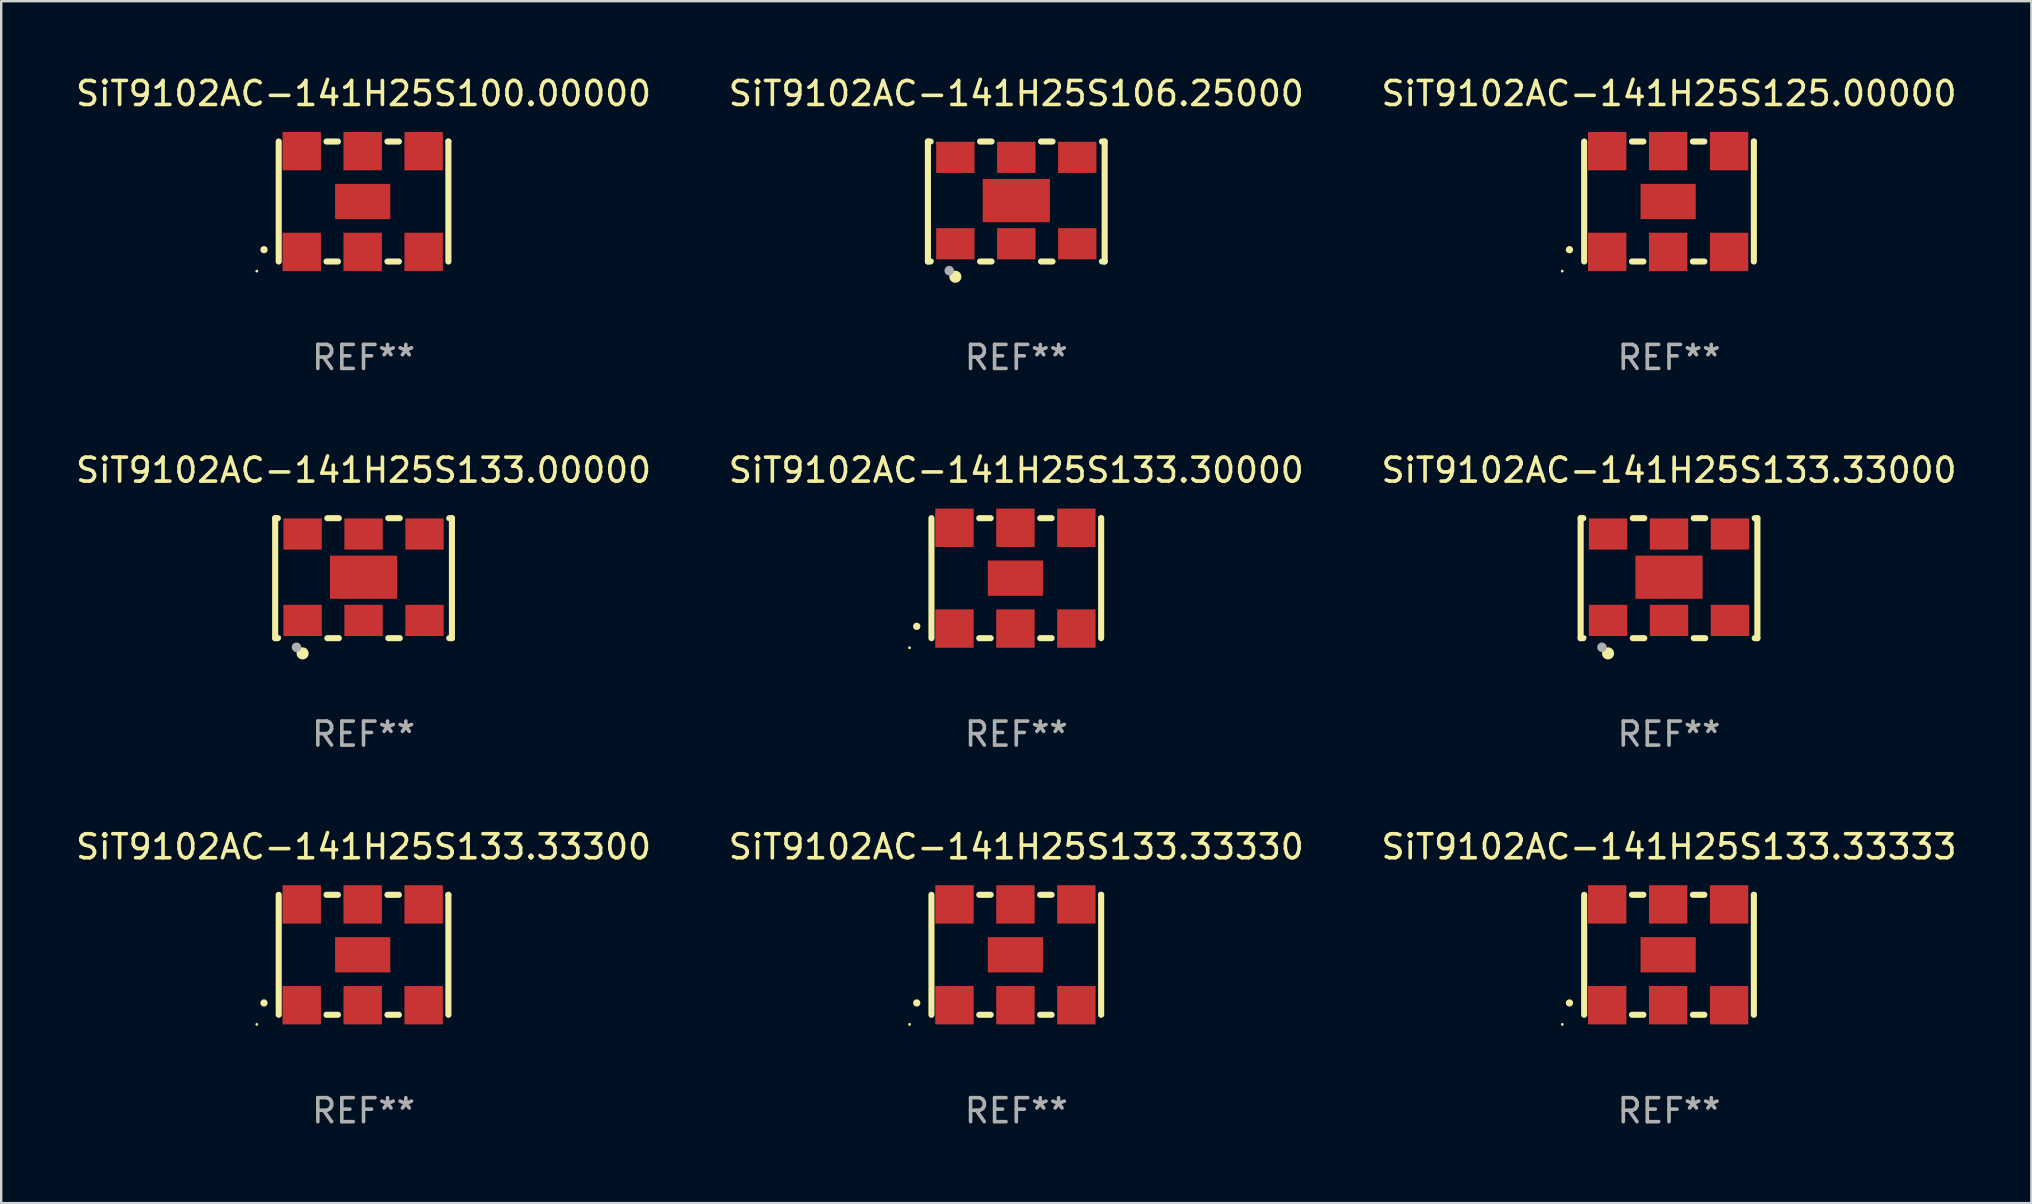
<source format=kicad_pcb>
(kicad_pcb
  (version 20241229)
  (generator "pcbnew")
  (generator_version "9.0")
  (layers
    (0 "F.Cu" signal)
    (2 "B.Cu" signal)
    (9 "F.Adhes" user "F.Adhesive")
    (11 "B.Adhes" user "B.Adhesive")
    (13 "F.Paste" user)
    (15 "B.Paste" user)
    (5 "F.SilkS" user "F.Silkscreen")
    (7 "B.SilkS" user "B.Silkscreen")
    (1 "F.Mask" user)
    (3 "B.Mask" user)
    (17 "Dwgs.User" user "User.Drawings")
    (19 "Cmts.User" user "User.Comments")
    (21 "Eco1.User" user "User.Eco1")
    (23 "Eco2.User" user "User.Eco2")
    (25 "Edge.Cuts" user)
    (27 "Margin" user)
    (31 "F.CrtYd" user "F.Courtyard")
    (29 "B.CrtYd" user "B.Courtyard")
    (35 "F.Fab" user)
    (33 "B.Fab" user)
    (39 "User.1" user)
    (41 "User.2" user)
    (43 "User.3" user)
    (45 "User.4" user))
  (footprint "SiT9102AC-141H25S133.30000"
    (layer "F.Cu")
    (at 39.304 21.045)
    (property "Reference" "SiT9102AC-141H25S133.30000" (at 0 -4.5 0) (layer "F.SilkS") (effects (font (size 1 1) (thickness 0.15))))
    (attr through_hole)
    (fp_line (start -3.536 -2.5) (end -3.536 2.5) (stroke (width 0.254) (type solid)) (layer "F.SilkS"))
    (fp_line (start -1.544 2.5) (end -1.067 2.5) (stroke (width 0.254) (type solid)) (layer "F.SilkS"))
    (fp_line (start -1.067 -2.5) (end -1.544 -2.5) (stroke (width 0.254) (type solid)) (layer "F.SilkS"))
    (fp_line (start 0.996 2.5) (end 1.473 2.5) (stroke (width 0.254) (type solid)) (layer "F.SilkS"))
    (fp_line (start 1.473 -2.5) (end 0.996 -2.5) (stroke (width 0.254) (type solid)) (layer "F.SilkS"))
    (fp_line (start 3.536 -2.5) (end 3.536 -2.5) (stroke (width 0.254) (type solid)) (layer "F.SilkS"))
    (fp_line (start 3.536 2.5) (end 3.536 -2.5) (stroke (width 0.254) (type solid)) (layer "F.SilkS"))
    (fp_arc (start -4.150432 2.006604) (mid -4.149162 2.006599) (end -4.147892 2.006604) (stroke (width 0.3) (type solid)) (layer "F.SilkS"))
    (fp_circle (center -4.449 2.9) (end -4.419 2.9) (stroke (width 0.06) (type solid)) (fill no) (layer "F.SilkS"))
    (fp_text user "REF**" (at 0 6.5 0) (layer "F.Fab") (effects (font (size 1 1) (thickness 0.15))))
    (pad "1" smd rect (at -2.576 2.1) (size 1.6 1.6) (layers "F.Cu" "F.Mask" "F.Paste"))
    (pad "2" smd rect (at -0.036 2.1) (size 1.6 1.6) (layers "F.Cu" "F.Mask" "F.Paste"))
    (pad "3" smd rect (at 2.504 2.1) (size 1.6 1.6) (layers "F.Cu" "F.Mask" "F.Paste"))
    (pad "4" smd rect (at 2.504 -2.1) (size 1.6 1.6) (layers "F.Cu" "F.Mask" "F.Paste"))
    (pad "5" smd rect (at -0.036 -2.1) (size 1.6 1.6) (layers "F.Cu" "F.Mask" "F.Paste"))
    (pad "6" smd rect (at -2.576 -2.1) (size 1.6 1.6) (layers "F.Cu" "F.Mask" "F.Paste"))
    (pad "7" smd rect (at -0.036 0) (size 2.3 1.47) (layers "F.Cu" "F.Mask" "F.Paste")))
  (footprint "SiT9102AC-141H25S125.00000"
    (layer "F.Cu")
    (at 66.506 5.348)
    (property "Reference" "SiT9102AC-141H25S125.00000" (at 0 -4.5 0) (layer "F.SilkS") (effects (font (size 1 1) (thickness 0.15))))
    (attr through_hole)
    (fp_line (start -3.536 -2.5) (end -3.536 2.5) (stroke (width 0.254) (type solid)) (layer "F.SilkS"))
    (fp_line (start -1.544 2.5) (end -1.067 2.5) (stroke (width 0.254) (type solid)) (layer "F.SilkS"))
    (fp_line (start -1.067 -2.5) (end -1.544 -2.5) (stroke (width 0.254) (type solid)) (layer "F.SilkS"))
    (fp_line (start 0.996 2.5) (end 1.473 2.5) (stroke (width 0.254) (type solid)) (layer "F.SilkS"))
    (fp_line (start 1.473 -2.5) (end 0.996 -2.5) (stroke (width 0.254) (type solid)) (layer "F.SilkS"))
    (fp_line (start 3.536 -2.5) (end 3.536 -2.5) (stroke (width 0.254) (type solid)) (layer "F.SilkS"))
    (fp_line (start 3.536 2.5) (end 3.536 -2.5) (stroke (width 0.254) (type solid)) (layer "F.SilkS"))
    (fp_arc (start -4.150432 2.006604) (mid -4.149162 2.006599) (end -4.147892 2.006604) (stroke (width 0.3) (type solid)) (layer "F.SilkS"))
    (fp_circle (center -4.449 2.9) (end -4.419 2.9) (stroke (width 0.06) (type solid)) (fill no) (layer "F.SilkS"))
    (fp_text user "REF**" (at 0 6.5 0) (layer "F.Fab") (effects (font (size 1 1) (thickness 0.15))))
    (pad "1" smd rect (at -2.576 2.1) (size 1.6 1.6) (layers "F.Cu" "F.Mask" "F.Paste"))
    (pad "2" smd rect (at -0.036 2.1) (size 1.6 1.6) (layers "F.Cu" "F.Mask" "F.Paste"))
    (pad "3" smd rect (at 2.504 2.1) (size 1.6 1.6) (layers "F.Cu" "F.Mask" "F.Paste"))
    (pad "4" smd rect (at 2.504 -2.1) (size 1.6 1.6) (layers "F.Cu" "F.Mask" "F.Paste"))
    (pad "5" smd rect (at -0.036 -2.1) (size 1.6 1.6) (layers "F.Cu" "F.Mask" "F.Paste"))
    (pad "6" smd rect (at -2.576 -2.1) (size 1.6 1.6) (layers "F.Cu" "F.Mask" "F.Paste"))
    (pad "7" smd rect (at -0.036 0) (size 2.3 1.47) (layers "F.Cu" "F.Mask" "F.Paste")))
  (footprint "SiT9102AC-141H25S133.33000"
    (layer "F.Cu")
    (at 66.506 21.045)
    (property "Reference" "SiT9102AC-141H25S133.33000" (at 0 -4.5 0) (layer "F.SilkS") (effects (font (size 1 1) (thickness 0.15))))
    (attr through_hole)
    (fp_line (start -3.683 -2.5) (end -3.571 -2.5) (stroke (width 0.254) (type solid)) (layer "F.SilkS"))
    (fp_line (start -3.683 2.5) (end -3.683 -2.5) (stroke (width 0.254) (type solid)) (layer "F.SilkS"))
    (fp_line (start -3.683 2.5) (end -3.571 2.5) (stroke (width 0.254) (type solid)) (layer "F.SilkS"))
    (fp_line (start -1.509 -2.5) (end -1.031 -2.5) (stroke (width 0.254) (type solid)) (layer "F.SilkS"))
    (fp_line (start -1.509 2.5) (end -1.031 2.5) (stroke (width 0.254) (type solid)) (layer "F.SilkS"))
    (fp_line (start 1.031 -2.5) (end 1.509 -2.5) (stroke (width 0.254) (type solid)) (layer "F.SilkS"))
    (fp_line (start 1.031 2.5) (end 1.509 2.5) (stroke (width 0.254) (type solid)) (layer "F.SilkS"))
    (fp_line (start 3.571 -2.5) (end 3.683 -2.5) (stroke (width 0.254) (type solid)) (layer "F.SilkS"))
    (fp_line (start 3.571 2.5) (end 3.683 2.5) (stroke (width 0.254) (type solid)) (layer "F.SilkS"))
    (fp_line (start 3.683 2.5) (end 3.683 -2.5) (stroke (width 0.254) (type solid)) (layer "F.SilkS"))
    (fp_circle (center -3.5 2.46) (end -3.47 2.46) (stroke (width 0.06) (type solid)) (fill no) (layer "F.SilkS"))
    (fp_circle (center -2.54 3.135) (end -2.413 3.135) (stroke (width 0.254) (type solid)) (fill no) (layer "F.SilkS"))
    (fp_circle (center -2.794 2.881) (end -2.694 2.881) (stroke (width 0.2) (type solid)) (fill no) (layer "F.Fab"))
    (fp_text user "REF**" (at 0 6.5 0) (layer "F.Fab") (effects (font (size 1 1) (thickness 0.15))))
    (pad "1" smd rect (at -2.54 1.76) (size 1.6 1.3) (layers "F.Cu" "F.Mask" "F.Paste"))
    (pad "2" smd rect (at 0 1.76) (size 1.6 1.3) (layers "F.Cu" "F.Mask" "F.Paste"))
    (pad "3" smd rect (at 2.54 1.76) (size 1.6 1.3) (layers "F.Cu" "F.Mask" "F.Paste"))
    (pad "4" smd rect (at 2.54 -1.84) (size 1.6 1.3) (layers "F.Cu" "F.Mask" "F.Paste"))
    (pad "5" smd rect (at 0 -1.84) (size 1.6 1.3) (layers "F.Cu" "F.Mask" "F.Paste"))
    (pad "6" smd rect (at -2.54 -1.84) (size 1.6 1.3) (layers "F.Cu" "F.Mask" "F.Paste"))
    (pad "7" smd rect (at 0 -0.04) (size 2.8 1.8) (layers "F.Cu" "F.Mask" "F.Paste")))
  (footprint "SiT9102AC-141H25S133.33300"
    (layer "F.Cu")
    (at 12.101 36.741)
    (property "Reference" "SiT9102AC-141H25S133.33300" (at 0 -4.5 0) (layer "F.SilkS") (effects (font (size 1 1) (thickness 0.15))))
    (attr through_hole)
    (fp_line (start -3.536 -2.5) (end -3.536 2.5) (stroke (width 0.254) (type solid)) (layer "F.SilkS"))
    (fp_line (start -1.544 2.5) (end -1.067 2.5) (stroke (width 0.254) (type solid)) (layer "F.SilkS"))
    (fp_line (start -1.067 -2.5) (end -1.544 -2.5) (stroke (width 0.254) (type solid)) (layer "F.SilkS"))
    (fp_line (start 0.996 2.5) (end 1.473 2.5) (stroke (width 0.254) (type solid)) (layer "F.SilkS"))
    (fp_line (start 1.473 -2.5) (end 0.996 -2.5) (stroke (width 0.254) (type solid)) (layer "F.SilkS"))
    (fp_line (start 3.536 -2.5) (end 3.536 -2.5) (stroke (width 0.254) (type solid)) (layer "F.SilkS"))
    (fp_line (start 3.536 2.5) (end 3.536 -2.5) (stroke (width 0.254) (type solid)) (layer "F.SilkS"))
    (fp_arc (start -4.150432 2.006604) (mid -4.149162 2.006599) (end -4.147892 2.006604) (stroke (width 0.3) (type solid)) (layer "F.SilkS"))
    (fp_circle (center -4.449 2.9) (end -4.419 2.9) (stroke (width 0.06) (type solid)) (fill no) (layer "F.SilkS"))
    (fp_text user "REF**" (at 0 6.5 0) (layer "F.Fab") (effects (font (size 1 1) (thickness 0.15))))
    (pad "1" smd rect (at -2.576 2.1) (size 1.6 1.6) (layers "F.Cu" "F.Mask" "F.Paste"))
    (pad "2" smd rect (at -0.036 2.1) (size 1.6 1.6) (layers "F.Cu" "F.Mask" "F.Paste"))
    (pad "3" smd rect (at 2.504 2.1) (size 1.6 1.6) (layers "F.Cu" "F.Mask" "F.Paste"))
    (pad "4" smd rect (at 2.504 -2.1) (size 1.6 1.6) (layers "F.Cu" "F.Mask" "F.Paste"))
    (pad "5" smd rect (at -0.036 -2.1) (size 1.6 1.6) (layers "F.Cu" "F.Mask" "F.Paste"))
    (pad "6" smd rect (at -2.576 -2.1) (size 1.6 1.6) (layers "F.Cu" "F.Mask" "F.Paste"))
    (pad "7" smd rect (at -0.036 0) (size 2.3 1.47) (layers "F.Cu" "F.Mask" "F.Paste")))
  (footprint "SiT9102AC-141H25S133.33333"
    (layer "F.Cu")
    (at 66.506 36.741)
    (property "Reference" "SiT9102AC-141H25S133.33333" (at 0 -4.5 0) (layer "F.SilkS") (effects (font (size 1 1) (thickness 0.15))))
    (attr through_hole)
    (fp_line (start -3.536 -2.5) (end -3.536 2.5) (stroke (width 0.254) (type solid)) (layer "F.SilkS"))
    (fp_line (start -1.544 2.5) (end -1.067 2.5) (stroke (width 0.254) (type solid)) (layer "F.SilkS"))
    (fp_line (start -1.067 -2.5) (end -1.544 -2.5) (stroke (width 0.254) (type solid)) (layer "F.SilkS"))
    (fp_line (start 0.996 2.5) (end 1.473 2.5) (stroke (width 0.254) (type solid)) (layer "F.SilkS"))
    (fp_line (start 1.473 -2.5) (end 0.996 -2.5) (stroke (width 0.254) (type solid)) (layer "F.SilkS"))
    (fp_line (start 3.536 -2.5) (end 3.536 -2.5) (stroke (width 0.254) (type solid)) (layer "F.SilkS"))
    (fp_line (start 3.536 2.5) (end 3.536 -2.5) (stroke (width 0.254) (type solid)) (layer "F.SilkS"))
    (fp_arc (start -4.150432 2.006604) (mid -4.149162 2.006599) (end -4.147892 2.006604) (stroke (width 0.3) (type solid)) (layer "F.SilkS"))
    (fp_circle (center -4.449 2.9) (end -4.419 2.9) (stroke (width 0.06) (type solid)) (fill no) (layer "F.SilkS"))
    (fp_text user "REF**" (at 0 6.5 0) (layer "F.Fab") (effects (font (size 1 1) (thickness 0.15))))
    (pad "1" smd rect (at -2.576 2.1) (size 1.6 1.6) (layers "F.Cu" "F.Mask" "F.Paste"))
    (pad "2" smd rect (at -0.036 2.1) (size 1.6 1.6) (layers "F.Cu" "F.Mask" "F.Paste"))
    (pad "3" smd rect (at 2.504 2.1) (size 1.6 1.6) (layers "F.Cu" "F.Mask" "F.Paste"))
    (pad "4" smd rect (at 2.504 -2.1) (size 1.6 1.6) (layers "F.Cu" "F.Mask" "F.Paste"))
    (pad "5" smd rect (at -0.036 -2.1) (size 1.6 1.6) (layers "F.Cu" "F.Mask" "F.Paste"))
    (pad "6" smd rect (at -2.576 -2.1) (size 1.6 1.6) (layers "F.Cu" "F.Mask" "F.Paste"))
    (pad "7" smd rect (at -0.036 0) (size 2.3 1.47) (layers "F.Cu" "F.Mask" "F.Paste")))
  (footprint "SiT9102AC-141H25S133.00000"
    (layer "F.Cu")
    (at 12.101 21.045)
    (property "Reference" "SiT9102AC-141H25S133.00000" (at 0 -4.5 0) (layer "F.SilkS") (effects (font (size 1 1) (thickness 0.15))))
    (attr through_hole)
    (fp_line (start -3.683 -2.5) (end -3.571 -2.5) (stroke (width 0.254) (type solid)) (layer "F.SilkS"))
    (fp_line (start -3.683 2.5) (end -3.683 -2.5) (stroke (width 0.254) (type solid)) (layer "F.SilkS"))
    (fp_line (start -3.683 2.5) (end -3.571 2.5) (stroke (width 0.254) (type solid)) (layer "F.SilkS"))
    (fp_line (start -1.509 -2.5) (end -1.031 -2.5) (stroke (width 0.254) (type solid)) (layer "F.SilkS"))
    (fp_line (start -1.509 2.5) (end -1.031 2.5) (stroke (width 0.254) (type solid)) (layer "F.SilkS"))
    (fp_line (start 1.031 -2.5) (end 1.509 -2.5) (stroke (width 0.254) (type solid)) (layer "F.SilkS"))
    (fp_line (start 1.031 2.5) (end 1.509 2.5) (stroke (width 0.254) (type solid)) (layer "F.SilkS"))
    (fp_line (start 3.571 -2.5) (end 3.683 -2.5) (stroke (width 0.254) (type solid)) (layer "F.SilkS"))
    (fp_line (start 3.571 2.5) (end 3.683 2.5) (stroke (width 0.254) (type solid)) (layer "F.SilkS"))
    (fp_line (start 3.683 2.5) (end 3.683 -2.5) (stroke (width 0.254) (type solid)) (layer "F.SilkS"))
    (fp_circle (center -3.5 2.46) (end -3.47 2.46) (stroke (width 0.06) (type solid)) (fill no) (layer "F.SilkS"))
    (fp_circle (center -2.54 3.135) (end -2.413 3.135) (stroke (width 0.254) (type solid)) (fill no) (layer "F.SilkS"))
    (fp_circle (center -2.794 2.881) (end -2.694 2.881) (stroke (width 0.2) (type solid)) (fill no) (layer "F.Fab"))
    (fp_text user "REF**" (at 0 6.5 0) (layer "F.Fab") (effects (font (size 1 1) (thickness 0.15))))
    (pad "1" smd rect (at -2.54 1.76) (size 1.6 1.3) (layers "F.Cu" "F.Mask" "F.Paste"))
    (pad "2" smd rect (at 0 1.76) (size 1.6 1.3) (layers "F.Cu" "F.Mask" "F.Paste"))
    (pad "3" smd rect (at 2.54 1.76) (size 1.6 1.3) (layers "F.Cu" "F.Mask" "F.Paste"))
    (pad "4" smd rect (at 2.54 -1.84) (size 1.6 1.3) (layers "F.Cu" "F.Mask" "F.Paste"))
    (pad "5" smd rect (at 0 -1.84) (size 1.6 1.3) (layers "F.Cu" "F.Mask" "F.Paste"))
    (pad "6" smd rect (at -2.54 -1.84) (size 1.6 1.3) (layers "F.Cu" "F.Mask" "F.Paste"))
    (pad "7" smd rect (at 0 -0.04) (size 2.8 1.8) (layers "F.Cu" "F.Mask" "F.Paste")))
  (footprint "SiT9102AC-141H25S133.33330"
    (layer "F.Cu")
    (at 39.304 36.741)
    (property "Reference" "SiT9102AC-141H25S133.33330" (at 0 -4.5 0) (layer "F.SilkS") (effects (font (size 1 1) (thickness 0.15))))
    (attr through_hole)
    (fp_line (start -3.536 -2.5) (end -3.536 2.5) (stroke (width 0.254) (type solid)) (layer "F.SilkS"))
    (fp_line (start -1.544 2.5) (end -1.067 2.5) (stroke (width 0.254) (type solid)) (layer "F.SilkS"))
    (fp_line (start -1.067 -2.5) (end -1.544 -2.5) (stroke (width 0.254) (type solid)) (layer "F.SilkS"))
    (fp_line (start 0.996 2.5) (end 1.473 2.5) (stroke (width 0.254) (type solid)) (layer "F.SilkS"))
    (fp_line (start 1.473 -2.5) (end 0.996 -2.5) (stroke (width 0.254) (type solid)) (layer "F.SilkS"))
    (fp_line (start 3.536 -2.5) (end 3.536 -2.5) (stroke (width 0.254) (type solid)) (layer "F.SilkS"))
    (fp_line (start 3.536 2.5) (end 3.536 -2.5) (stroke (width 0.254) (type solid)) (layer "F.SilkS"))
    (fp_arc (start -4.150432 2.006604) (mid -4.149162 2.006599) (end -4.147892 2.006604) (stroke (width 0.3) (type solid)) (layer "F.SilkS"))
    (fp_circle (center -4.449 2.9) (end -4.419 2.9) (stroke (width 0.06) (type solid)) (fill no) (layer "F.SilkS"))
    (fp_text user "REF**" (at 0 6.5 0) (layer "F.Fab") (effects (font (size 1 1) (thickness 0.15))))
    (pad "1" smd rect (at -2.576 2.1) (size 1.6 1.6) (layers "F.Cu" "F.Mask" "F.Paste"))
    (pad "2" smd rect (at -0.036 2.1) (size 1.6 1.6) (layers "F.Cu" "F.Mask" "F.Paste"))
    (pad "3" smd rect (at 2.504 2.1) (size 1.6 1.6) (layers "F.Cu" "F.Mask" "F.Paste"))
    (pad "4" smd rect (at 2.504 -2.1) (size 1.6 1.6) (layers "F.Cu" "F.Mask" "F.Paste"))
    (pad "5" smd rect (at -0.036 -2.1) (size 1.6 1.6) (layers "F.Cu" "F.Mask" "F.Paste"))
    (pad "6" smd rect (at -2.576 -2.1) (size 1.6 1.6) (layers "F.Cu" "F.Mask" "F.Paste"))
    (pad "7" smd rect (at -0.036 0) (size 2.3 1.47) (layers "F.Cu" "F.Mask" "F.Paste")))
  (footprint "SiT9102AC-141H25S100.00000"
    (layer "F.Cu")
    (at 12.101 5.348)
    (property "Reference" "SiT9102AC-141H25S100.00000" (at 0 -4.5 0) (layer "F.SilkS") (effects (font (size 1 1) (thickness 0.15))))
    (attr through_hole)
    (fp_line (start -3.536 -2.5) (end -3.536 2.5) (stroke (width 0.254) (type solid)) (layer "F.SilkS"))
    (fp_line (start -1.544 2.5) (end -1.067 2.5) (stroke (width 0.254) (type solid)) (layer "F.SilkS"))
    (fp_line (start -1.067 -2.5) (end -1.544 -2.5) (stroke (width 0.254) (type solid)) (layer "F.SilkS"))
    (fp_line (start 0.996 2.5) (end 1.473 2.5) (stroke (width 0.254) (type solid)) (layer "F.SilkS"))
    (fp_line (start 1.473 -2.5) (end 0.996 -2.5) (stroke (width 0.254) (type solid)) (layer "F.SilkS"))
    (fp_line (start 3.536 -2.5) (end 3.536 -2.5) (stroke (width 0.254) (type solid)) (layer "F.SilkS"))
    (fp_line (start 3.536 2.5) (end 3.536 -2.5) (stroke (width 0.254) (type solid)) (layer "F.SilkS"))
    (fp_arc (start -4.150432 2.006604) (mid -4.149162 2.006599) (end -4.147892 2.006604) (stroke (width 0.3) (type solid)) (layer "F.SilkS"))
    (fp_circle (center -4.449 2.9) (end -4.419 2.9) (stroke (width 0.06) (type solid)) (fill no) (layer "F.SilkS"))
    (fp_text user "REF**" (at 0 6.5 0) (layer "F.Fab") (effects (font (size 1 1) (thickness 0.15))))
    (pad "1" smd rect (at -2.576 2.1) (size 1.6 1.6) (layers "F.Cu" "F.Mask" "F.Paste"))
    (pad "2" smd rect (at -0.036 2.1) (size 1.6 1.6) (layers "F.Cu" "F.Mask" "F.Paste"))
    (pad "3" smd rect (at 2.504 2.1) (size 1.6 1.6) (layers "F.Cu" "F.Mask" "F.Paste"))
    (pad "4" smd rect (at 2.504 -2.1) (size 1.6 1.6) (layers "F.Cu" "F.Mask" "F.Paste"))
    (pad "5" smd rect (at -0.036 -2.1) (size 1.6 1.6) (layers "F.Cu" "F.Mask" "F.Paste"))
    (pad "6" smd rect (at -2.576 -2.1) (size 1.6 1.6) (layers "F.Cu" "F.Mask" "F.Paste"))
    (pad "7" smd rect (at -0.036 0) (size 2.3 1.47) (layers "F.Cu" "F.Mask" "F.Paste")))
  (footprint "SiT9102AC-141H25S106.25000"
    (layer "F.Cu")
    (at 39.304 5.348)
    (property "Reference" "SiT9102AC-141H25S106.25000" (at 0 -4.5 0) (layer "F.SilkS") (effects (font (size 1 1) (thickness 0.15))))
    (attr through_hole)
    (fp_line (start -3.683 -2.5) (end -3.571 -2.5) (stroke (width 0.254) (type solid)) (layer "F.SilkS"))
    (fp_line (start -3.683 2.5) (end -3.683 -2.5) (stroke (width 0.254) (type solid)) (layer "F.SilkS"))
    (fp_line (start -3.683 2.5) (end -3.571 2.5) (stroke (width 0.254) (type solid)) (layer "F.SilkS"))
    (fp_line (start -1.509 -2.5) (end -1.031 -2.5) (stroke (width 0.254) (type solid)) (layer "F.SilkS"))
    (fp_line (start -1.509 2.5) (end -1.031 2.5) (stroke (width 0.254) (type solid)) (layer "F.SilkS"))
    (fp_line (start 1.031 -2.5) (end 1.509 -2.5) (stroke (width 0.254) (type solid)) (layer "F.SilkS"))
    (fp_line (start 1.031 2.5) (end 1.509 2.5) (stroke (width 0.254) (type solid)) (layer "F.SilkS"))
    (fp_line (start 3.571 -2.5) (end 3.683 -2.5) (stroke (width 0.254) (type solid)) (layer "F.SilkS"))
    (fp_line (start 3.571 2.5) (end 3.683 2.5) (stroke (width 0.254) (type solid)) (layer "F.SilkS"))
    (fp_line (start 3.683 2.5) (end 3.683 -2.5) (stroke (width 0.254) (type solid)) (layer "F.SilkS"))
    (fp_circle (center -3.5 2.46) (end -3.47 2.46) (stroke (width 0.06) (type solid)) (fill no) (layer "F.SilkS"))
    (fp_circle (center -2.54 3.135) (end -2.413 3.135) (stroke (width 0.254) (type solid)) (fill no) (layer "F.SilkS"))
    (fp_circle (center -2.794 2.881) (end -2.694 2.881) (stroke (width 0.2) (type solid)) (fill no) (layer "F.Fab"))
    (fp_text user "REF**" (at 0 6.5 0) (layer "F.Fab") (effects (font (size 1 1) (thickness 0.15))))
    (pad "1" smd rect (at -2.54 1.76) (size 1.6 1.3) (layers "F.Cu" "F.Mask" "F.Paste"))
    (pad "2" smd rect (at 0 1.76) (size 1.6 1.3) (layers "F.Cu" "F.Mask" "F.Paste"))
    (pad "3" smd rect (at 2.54 1.76) (size 1.6 1.3) (layers "F.Cu" "F.Mask" "F.Paste"))
    (pad "4" smd rect (at 2.54 -1.84) (size 1.6 1.3) (layers "F.Cu" "F.Mask" "F.Paste"))
    (pad "5" smd rect (at 0 -1.84) (size 1.6 1.3) (layers "F.Cu" "F.Mask" "F.Paste"))
    (pad "6" smd rect (at -2.54 -1.84) (size 1.6 1.3) (layers "F.Cu" "F.Mask" "F.Paste"))
    (pad "7" smd rect (at 0 -0.04) (size 2.8 1.8) (layers "F.Cu" "F.Mask" "F.Paste")))
  (gr_rect
    (start -3 -3)
    (end 81.607 47.09)
    (stroke (width 0.1) (type default))
    (fill no)
    (layer "Edge.Cuts")))
</source>
